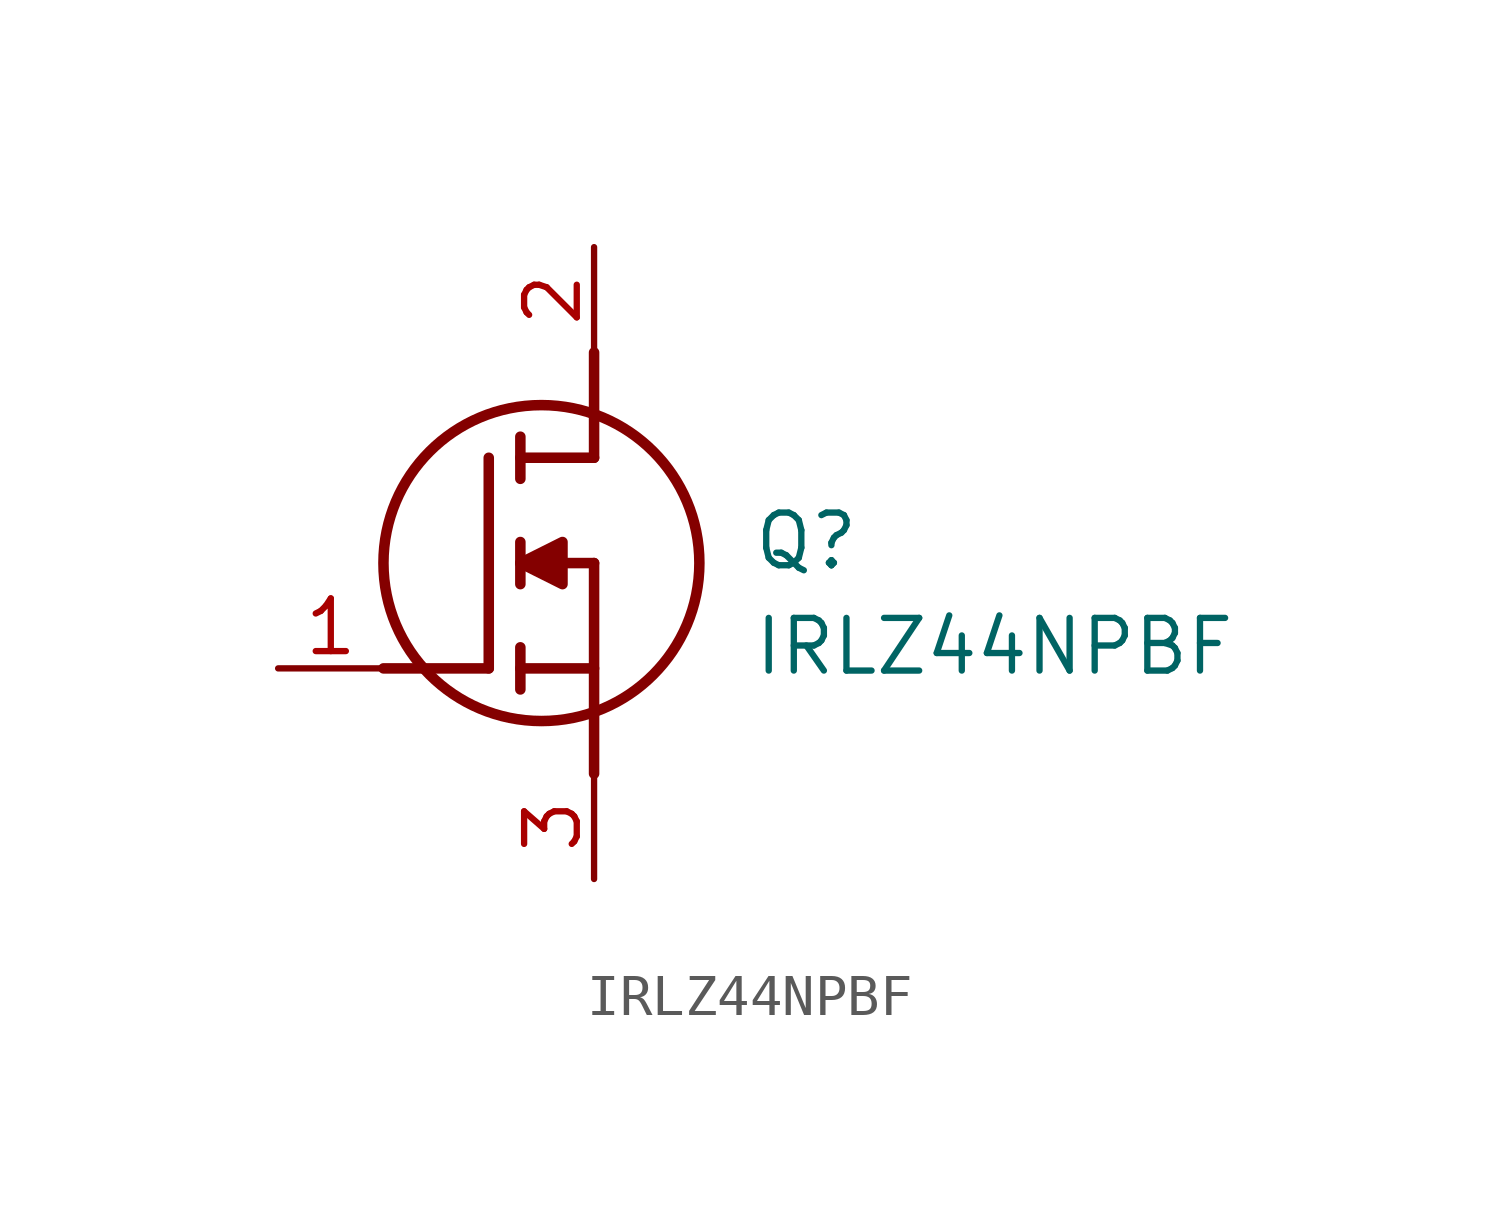
<source format=kicad_sym>
(kicad_symbol_lib
  (version 20211014)
  (generator SamacSys_ECAD_Model)
  (symbol "IRLZ44NPBF"
    (pin_names hide)
    (property "Reference" "Q"
      (at 11.43 3.81 0)
      (effects (font (size 1.27 1.27)) (justify left top)))
    (property "Value" "IRLZ44NPBF"
      (at 11.43 1.27 0)
      (effects (font (size 1.27 1.27)) (justify left top)))
    (polyline
      (pts (xy 7.62 2.54) (xy 7.62 -2.54))
      (stroke (width 0.254) (type default))
      (fill (type none)))
    (polyline
      (pts (xy 7.62 5.08) (xy 7.62 7.62))
      (stroke (width 0.254) (type default))
      (fill (type none)))
    (polyline
      (pts (xy 2.54 0) (xy 5.08 0))
      (stroke (width 0.254) (type default))
      (fill (type none)))
    (polyline
      (pts (xy 5.08 5.08) (xy 5.08 0))
      (stroke (width 0.254) (type default))
      (fill (type none)))
    (polyline
      (pts (xy 7.62 2.54) (xy 5.842 2.54))
      (stroke (width 0.254) (type default))
      (fill (type none)))
    (polyline
      (pts (xy 7.62 5.08) (xy 5.842 5.08))
      (stroke (width 0.254) (type default))
      (fill (type none)))
    (polyline
      (pts (xy 5.842 0) (xy 7.62 0))
      (stroke (width 0.254) (type default))
      (fill (type none)))
    (polyline
      (pts (xy 5.842 5.588) (xy 5.842 4.572))
      (stroke (width 0.254) (type default))
      (fill (type none)))
    (polyline
      (pts (xy 5.842 -0.508) (xy 5.842 0.508))
      (stroke (width 0.254) (type default))
      (fill (type none)))
    (polyline
      (pts (xy 5.842 2.032) (xy 5.842 3.048))
      (stroke (width 0.254) (type default))
      (fill (type none)))
    (circle
      (center 6.35 2.54)
      (radius 3.81)
      (stroke (width 0.254) (type default))
      (fill (type none)))
    (polyline
      (pts (xy 5.842 2.54) (xy 6.858 3.048) (xy 6.858 2.032) (xy 5.842 2.54))
      (stroke (width 0.254) (type default))
      (fill (type outline)))
    (pin input line
      (at 0 0 0)
      (length 2.54)
      (name "G" (effects (font (size 1.27 1.27))))
      (number "1" (effects (font (size 1.27 1.27)))))
    (pin output line
      (at 7.62 10.16 270)
      (length 2.54)
      (name "D" (effects (font (size 1.27 1.27))))
      (number "2" (effects (font (size 1.27 1.27)))))
    (pin input line
      (at 7.62 -5.08 90)
      (length 2.54)
      (name "S" (effects (font (size 1.27 1.27))))
      (number "3" (effects (font (size 1.27 1.27)))))))
</source>
